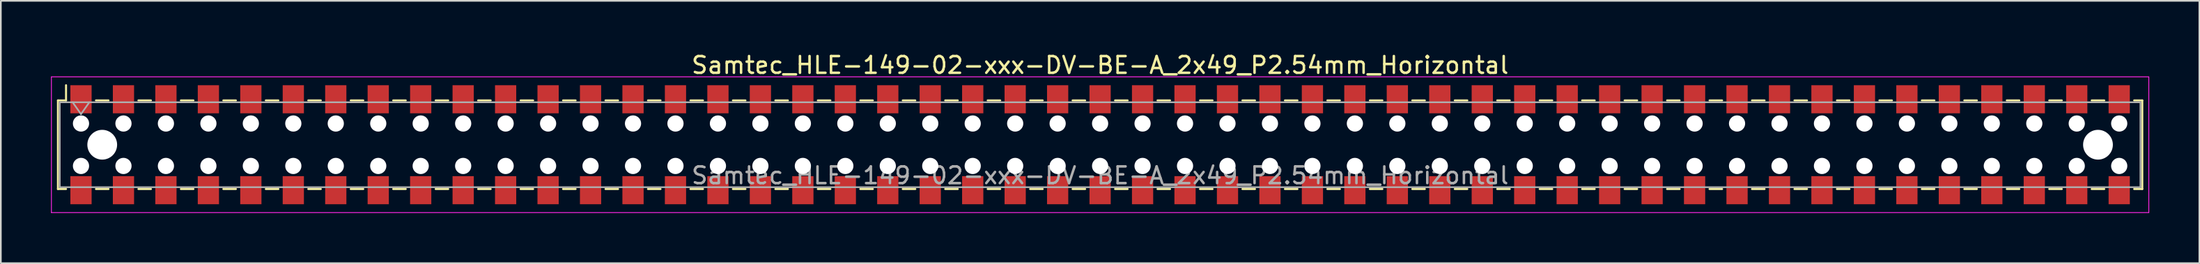
<source format=kicad_pcb>
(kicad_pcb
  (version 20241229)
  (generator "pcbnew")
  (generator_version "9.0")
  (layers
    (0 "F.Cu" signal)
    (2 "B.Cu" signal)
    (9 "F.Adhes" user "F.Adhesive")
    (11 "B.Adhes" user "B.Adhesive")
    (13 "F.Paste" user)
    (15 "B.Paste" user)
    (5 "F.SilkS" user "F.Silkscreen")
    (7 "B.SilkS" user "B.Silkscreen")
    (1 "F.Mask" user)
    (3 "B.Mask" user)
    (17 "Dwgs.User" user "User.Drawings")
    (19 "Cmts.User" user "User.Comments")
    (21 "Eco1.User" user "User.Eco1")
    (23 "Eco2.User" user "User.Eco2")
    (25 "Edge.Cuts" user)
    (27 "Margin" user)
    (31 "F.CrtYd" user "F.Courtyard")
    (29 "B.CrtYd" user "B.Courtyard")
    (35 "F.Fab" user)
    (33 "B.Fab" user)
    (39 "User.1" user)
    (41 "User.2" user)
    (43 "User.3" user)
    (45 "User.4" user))
  (footprint "Samtec_HLE-149-02-xxx-DV-BE-A_2x49_P2.54mm_Horizontal"
    (layer "F.Cu")
    (at 62.755 5.608)
    (property "Reference" "Samtec_HLE-149-02-xxx-DV-BE-A_2x49_P2.54mm_Horizontal" (at 0 -4.76 0) (layer "F.SilkS") (effects (font (size 1 1) (thickness 0.15))))
    (attr smd)
    (fp_line (start -62.34 -2.65) (end -62.34 2.65) (stroke (width 0.12) (type solid)) (layer "F.SilkS"))
    (fp_line (start -62.34 2.65) (end -61.855 2.65) (stroke (width 0.12) (type solid)) (layer "F.SilkS"))
    (fp_line (start -61.855 -3.56) (end -61.855 -2.65) (stroke (width 0.12) (type solid)) (layer "F.SilkS"))
    (fp_line (start -61.855 -2.65) (end -62.34 -2.65) (stroke (width 0.12) (type solid)) (layer "F.SilkS"))
    (fp_line (start -60.065 -2.65) (end -59.315 -2.65) (stroke (width 0.12) (type solid)) (layer "F.SilkS"))
    (fp_line (start -60.065 2.65) (end -59.315 2.65) (stroke (width 0.12) (type solid)) (layer "F.SilkS"))
    (fp_line (start -57.525 -2.65) (end -56.775 -2.65) (stroke (width 0.12) (type solid)) (layer "F.SilkS"))
    (fp_line (start -57.525 2.65) (end -56.775 2.65) (stroke (width 0.12) (type solid)) (layer "F.SilkS"))
    (fp_line (start -54.985 -2.65) (end -54.235 -2.65) (stroke (width 0.12) (type solid)) (layer "F.SilkS"))
    (fp_line (start -54.985 2.65) (end -54.235 2.65) (stroke (width 0.12) (type solid)) (layer "F.SilkS"))
    (fp_line (start -52.445 -2.65) (end -51.695 -2.65) (stroke (width 0.12) (type solid)) (layer "F.SilkS"))
    (fp_line (start -52.445 2.65) (end -51.695 2.65) (stroke (width 0.12) (type solid)) (layer "F.SilkS"))
    (fp_line (start -49.905 -2.65) (end -49.155 -2.65) (stroke (width 0.12) (type solid)) (layer "F.SilkS"))
    (fp_line (start -49.905 2.65) (end -49.155 2.65) (stroke (width 0.12) (type solid)) (layer "F.SilkS"))
    (fp_line (start -47.365 -2.65) (end -46.615 -2.65) (stroke (width 0.12) (type solid)) (layer "F.SilkS"))
    (fp_line (start -47.365 2.65) (end -46.615 2.65) (stroke (width 0.12) (type solid)) (layer "F.SilkS"))
    (fp_line (start -44.825 -2.65) (end -44.075 -2.65) (stroke (width 0.12) (type solid)) (layer "F.SilkS"))
    (fp_line (start -44.825 2.65) (end -44.075 2.65) (stroke (width 0.12) (type solid)) (layer "F.SilkS"))
    (fp_line (start -42.285 -2.65) (end -41.535 -2.65) (stroke (width 0.12) (type solid)) (layer "F.SilkS"))
    (fp_line (start -42.285 2.65) (end -41.535 2.65) (stroke (width 0.12) (type solid)) (layer "F.SilkS"))
    (fp_line (start -39.745 -2.65) (end -38.995 -2.65) (stroke (width 0.12) (type solid)) (layer "F.SilkS"))
    (fp_line (start -39.745 2.65) (end -38.995 2.65) (stroke (width 0.12) (type solid)) (layer "F.SilkS"))
    (fp_line (start -37.205 -2.65) (end -36.455 -2.65) (stroke (width 0.12) (type solid)) (layer "F.SilkS"))
    (fp_line (start -37.205 2.65) (end -36.455 2.65) (stroke (width 0.12) (type solid)) (layer "F.SilkS"))
    (fp_line (start -34.665 -2.65) (end -33.915 -2.65) (stroke (width 0.12) (type solid)) (layer "F.SilkS"))
    (fp_line (start -34.665 2.65) (end -33.915 2.65) (stroke (width 0.12) (type solid)) (layer "F.SilkS"))
    (fp_line (start -32.125 -2.65) (end -31.375 -2.65) (stroke (width 0.12) (type solid)) (layer "F.SilkS"))
    (fp_line (start -32.125 2.65) (end -31.375 2.65) (stroke (width 0.12) (type solid)) (layer "F.SilkS"))
    (fp_line (start -29.585 -2.65) (end -28.835 -2.65) (stroke (width 0.12) (type solid)) (layer "F.SilkS"))
    (fp_line (start -29.585 2.65) (end -28.835 2.65) (stroke (width 0.12) (type solid)) (layer "F.SilkS"))
    (fp_line (start -27.045 -2.65) (end -26.295 -2.65) (stroke (width 0.12) (type solid)) (layer "F.SilkS"))
    (fp_line (start -27.045 2.65) (end -26.295 2.65) (stroke (width 0.12) (type solid)) (layer "F.SilkS"))
    (fp_line (start -24.505 -2.65) (end -23.755 -2.65) (stroke (width 0.12) (type solid)) (layer "F.SilkS"))
    (fp_line (start -24.505 2.65) (end -23.755 2.65) (stroke (width 0.12) (type solid)) (layer "F.SilkS"))
    (fp_line (start -21.965 -2.65) (end -21.215 -2.65) (stroke (width 0.12) (type solid)) (layer "F.SilkS"))
    (fp_line (start -21.965 2.65) (end -21.215 2.65) (stroke (width 0.12) (type solid)) (layer "F.SilkS"))
    (fp_line (start -19.425 -2.65) (end -18.675 -2.65) (stroke (width 0.12) (type solid)) (layer "F.SilkS"))
    (fp_line (start -19.425 2.65) (end -18.675 2.65) (stroke (width 0.12) (type solid)) (layer "F.SilkS"))
    (fp_line (start -16.885 -2.65) (end -16.135 -2.65) (stroke (width 0.12) (type solid)) (layer "F.SilkS"))
    (fp_line (start -16.885 2.65) (end -16.135 2.65) (stroke (width 0.12) (type solid)) (layer "F.SilkS"))
    (fp_line (start -14.345 -2.65) (end -13.595 -2.65) (stroke (width 0.12) (type solid)) (layer "F.SilkS"))
    (fp_line (start -14.345 2.65) (end -13.595 2.65) (stroke (width 0.12) (type solid)) (layer "F.SilkS"))
    (fp_line (start -11.805 -2.65) (end -11.055 -2.65) (stroke (width 0.12) (type solid)) (layer "F.SilkS"))
    (fp_line (start -11.805 2.65) (end -11.055 2.65) (stroke (width 0.12) (type solid)) (layer "F.SilkS"))
    (fp_line (start -9.265 -2.65) (end -8.515 -2.65) (stroke (width 0.12) (type solid)) (layer "F.SilkS"))
    (fp_line (start -9.265 2.65) (end -8.515 2.65) (stroke (width 0.12) (type solid)) (layer "F.SilkS"))
    (fp_line (start -6.725 -2.65) (end -5.975 -2.65) (stroke (width 0.12) (type solid)) (layer "F.SilkS"))
    (fp_line (start -6.725 2.65) (end -5.975 2.65) (stroke (width 0.12) (type solid)) (layer "F.SilkS"))
    (fp_line (start -4.185 -2.65) (end -3.435 -2.65) (stroke (width 0.12) (type solid)) (layer "F.SilkS"))
    (fp_line (start -4.185 2.65) (end -3.435 2.65) (stroke (width 0.12) (type solid)) (layer "F.SilkS"))
    (fp_line (start -1.645 -2.65) (end -0.895 -2.65) (stroke (width 0.12) (type solid)) (layer "F.SilkS"))
    (fp_line (start -1.645 2.65) (end -0.895 2.65) (stroke (width 0.12) (type solid)) (layer "F.SilkS"))
    (fp_line (start 0.895 -2.65) (end 1.645 -2.65) (stroke (width 0.12) (type solid)) (layer "F.SilkS"))
    (fp_line (start 0.895 2.65) (end 1.645 2.65) (stroke (width 0.12) (type solid)) (layer "F.SilkS"))
    (fp_line (start 3.435 -2.65) (end 4.185 -2.65) (stroke (width 0.12) (type solid)) (layer "F.SilkS"))
    (fp_line (start 3.435 2.65) (end 4.185 2.65) (stroke (width 0.12) (type solid)) (layer "F.SilkS"))
    (fp_line (start 5.975 -2.65) (end 6.725 -2.65) (stroke (width 0.12) (type solid)) (layer "F.SilkS"))
    (fp_line (start 5.975 2.65) (end 6.725 2.65) (stroke (width 0.12) (type solid)) (layer "F.SilkS"))
    (fp_line (start 8.515 -2.65) (end 9.265 -2.65) (stroke (width 0.12) (type solid)) (layer "F.SilkS"))
    (fp_line (start 8.515 2.65) (end 9.265 2.65) (stroke (width 0.12) (type solid)) (layer "F.SilkS"))
    (fp_line (start 11.055 -2.65) (end 11.805 -2.65) (stroke (width 0.12) (type solid)) (layer "F.SilkS"))
    (fp_line (start 11.055 2.65) (end 11.805 2.65) (stroke (width 0.12) (type solid)) (layer "F.SilkS"))
    (fp_line (start 13.595 -2.65) (end 14.345 -2.65) (stroke (width 0.12) (type solid)) (layer "F.SilkS"))
    (fp_line (start 13.595 2.65) (end 14.345 2.65) (stroke (width 0.12) (type solid)) (layer "F.SilkS"))
    (fp_line (start 16.135 -2.65) (end 16.885 -2.65) (stroke (width 0.12) (type solid)) (layer "F.SilkS"))
    (fp_line (start 16.135 2.65) (end 16.885 2.65) (stroke (width 0.12) (type solid)) (layer "F.SilkS"))
    (fp_line (start 18.675 -2.65) (end 19.425 -2.65) (stroke (width 0.12) (type solid)) (layer "F.SilkS"))
    (fp_line (start 18.675 2.65) (end 19.425 2.65) (stroke (width 0.12) (type solid)) (layer "F.SilkS"))
    (fp_line (start 21.215 -2.65) (end 21.965 -2.65) (stroke (width 0.12) (type solid)) (layer "F.SilkS"))
    (fp_line (start 21.215 2.65) (end 21.965 2.65) (stroke (width 0.12) (type solid)) (layer "F.SilkS"))
    (fp_line (start 23.755 -2.65) (end 24.505 -2.65) (stroke (width 0.12) (type solid)) (layer "F.SilkS"))
    (fp_line (start 23.755 2.65) (end 24.505 2.65) (stroke (width 0.12) (type solid)) (layer "F.SilkS"))
    (fp_line (start 26.295 -2.65) (end 27.045 -2.65) (stroke (width 0.12) (type solid)) (layer "F.SilkS"))
    (fp_line (start 26.295 2.65) (end 27.045 2.65) (stroke (width 0.12) (type solid)) (layer "F.SilkS"))
    (fp_line (start 28.835 -2.65) (end 29.585 -2.65) (stroke (width 0.12) (type solid)) (layer "F.SilkS"))
    (fp_line (start 28.835 2.65) (end 29.585 2.65) (stroke (width 0.12) (type solid)) (layer "F.SilkS"))
    (fp_line (start 31.375 -2.65) (end 32.125 -2.65) (stroke (width 0.12) (type solid)) (layer "F.SilkS"))
    (fp_line (start 31.375 2.65) (end 32.125 2.65) (stroke (width 0.12) (type solid)) (layer "F.SilkS"))
    (fp_line (start 33.915 -2.65) (end 34.665 -2.65) (stroke (width 0.12) (type solid)) (layer "F.SilkS"))
    (fp_line (start 33.915 2.65) (end 34.665 2.65) (stroke (width 0.12) (type solid)) (layer "F.SilkS"))
    (fp_line (start 36.455 -2.65) (end 37.205 -2.65) (stroke (width 0.12) (type solid)) (layer "F.SilkS"))
    (fp_line (start 36.455 2.65) (end 37.205 2.65) (stroke (width 0.12) (type solid)) (layer "F.SilkS"))
    (fp_line (start 38.995 -2.65) (end 39.745 -2.65) (stroke (width 0.12) (type solid)) (layer "F.SilkS"))
    (fp_line (start 38.995 2.65) (end 39.745 2.65) (stroke (width 0.12) (type solid)) (layer "F.SilkS"))
    (fp_line (start 41.535 -2.65) (end 42.285 -2.65) (stroke (width 0.12) (type solid)) (layer "F.SilkS"))
    (fp_line (start 41.535 2.65) (end 42.285 2.65) (stroke (width 0.12) (type solid)) (layer "F.SilkS"))
    (fp_line (start 44.075 -2.65) (end 44.825 -2.65) (stroke (width 0.12) (type solid)) (layer "F.SilkS"))
    (fp_line (start 44.075 2.65) (end 44.825 2.65) (stroke (width 0.12) (type solid)) (layer "F.SilkS"))
    (fp_line (start 46.615 -2.65) (end 47.365 -2.65) (stroke (width 0.12) (type solid)) (layer "F.SilkS"))
    (fp_line (start 46.615 2.65) (end 47.365 2.65) (stroke (width 0.12) (type solid)) (layer "F.SilkS"))
    (fp_line (start 49.155 -2.65) (end 49.905 -2.65) (stroke (width 0.12) (type solid)) (layer "F.SilkS"))
    (fp_line (start 49.155 2.65) (end 49.905 2.65) (stroke (width 0.12) (type solid)) (layer "F.SilkS"))
    (fp_line (start 51.695 -2.65) (end 52.445 -2.65) (stroke (width 0.12) (type solid)) (layer "F.SilkS"))
    (fp_line (start 51.695 2.65) (end 52.445 2.65) (stroke (width 0.12) (type solid)) (layer "F.SilkS"))
    (fp_line (start 54.235 -2.65) (end 54.985 -2.65) (stroke (width 0.12) (type solid)) (layer "F.SilkS"))
    (fp_line (start 54.235 2.65) (end 54.985 2.65) (stroke (width 0.12) (type solid)) (layer "F.SilkS"))
    (fp_line (start 56.775 -2.65) (end 57.525 -2.65) (stroke (width 0.12) (type solid)) (layer "F.SilkS"))
    (fp_line (start 56.775 2.65) (end 57.525 2.65) (stroke (width 0.12) (type solid)) (layer "F.SilkS"))
    (fp_line (start 59.315 -2.65) (end 60.065 -2.65) (stroke (width 0.12) (type solid)) (layer "F.SilkS"))
    (fp_line (start 59.315 2.65) (end 60.065 2.65) (stroke (width 0.12) (type solid)) (layer "F.SilkS"))
    (fp_line (start 61.855 -2.65) (end 62.34 -2.65) (stroke (width 0.12) (type solid)) (layer "F.SilkS"))
    (fp_line (start 62.34 -2.65) (end 62.34 2.65) (stroke (width 0.12) (type solid)) (layer "F.SilkS"))
    (fp_line (start 62.34 2.65) (end 61.855 2.65) (stroke (width 0.12) (type solid)) (layer "F.SilkS"))
    (fp_line (start -62.73 -4.06) (end 62.73 -4.06) (stroke (width 0.05) (type solid)) (layer "F.CrtYd"))
    (fp_line (start -62.73 4.06) (end -62.73 -4.06) (stroke (width 0.05) (type solid)) (layer "F.CrtYd"))
    (fp_line (start 62.73 -4.06) (end 62.73 4.06) (stroke (width 0.05) (type solid)) (layer "F.CrtYd"))
    (fp_line (start 62.73 4.06) (end -62.73 4.06) (stroke (width 0.05) (type solid)) (layer "F.CrtYd"))
    (fp_line (start -62.23 -2.54) (end 62.23 -2.54) (stroke (width 0.1) (type solid)) (layer "F.Fab"))
    (fp_line (start -62.23 2.54) (end -62.23 -2.54) (stroke (width 0.1) (type solid)) (layer "F.Fab"))
    (fp_line (start -61.46 -2.54) (end -60.96 -1.833) (stroke (width 0.1) (type solid)) (layer "F.Fab"))
    (fp_line (start -60.96 -1.833) (end -60.46 -2.54) (stroke (width 0.1) (type solid)) (layer "F.Fab"))
    (fp_line (start 62.23 -2.54) (end 62.23 2.54) (stroke (width 0.1) (type solid)) (layer "F.Fab"))
    (fp_line (start 62.23 2.54) (end -62.23 2.54) (stroke (width 0.1) (type solid)) (layer "F.Fab"))
    (fp_text user "${REFERENCE}" (at 0 1.84 0) (layer "F.Fab") (effects (font (size 1 1) (thickness 0.15))))
    (pad "" np_thru_hole circle (at -60.96 -1.27) (size 0.97 0.97) (drill 0.97) (layers "*.Cu" "*.Mask"))
    (pad "" np_thru_hole circle (at -60.96 1.27) (size 0.97 0.97) (drill 0.97) (layers "*.Cu" "*.Mask"))
    (pad "" np_thru_hole circle (at -59.69 0) (size 1.78 1.78) (drill 1.78) (layers "*.Cu" "*.Mask"))
    (pad "" np_thru_hole circle (at -58.42 -1.27) (size 0.97 0.97) (drill 0.97) (layers "*.Cu" "*.Mask"))
    (pad "" np_thru_hole circle (at -58.42 1.27) (size 0.97 0.97) (drill 0.97) (layers "*.Cu" "*.Mask"))
    (pad "" np_thru_hole circle (at -55.88 -1.27) (size 0.97 0.97) (drill 0.97) (layers "*.Cu" "*.Mask"))
    (pad "" np_thru_hole circle (at -55.88 1.27) (size 0.97 0.97) (drill 0.97) (layers "*.Cu" "*.Mask"))
    (pad "" np_thru_hole circle (at -53.34 -1.27) (size 0.97 0.97) (drill 0.97) (layers "*.Cu" "*.Mask"))
    (pad "" np_thru_hole circle (at -53.34 1.27) (size 0.97 0.97) (drill 0.97) (layers "*.Cu" "*.Mask"))
    (pad "" np_thru_hole circle (at -50.8 -1.27) (size 0.97 0.97) (drill 0.97) (layers "*.Cu" "*.Mask"))
    (pad "" np_thru_hole circle (at -50.8 1.27) (size 0.97 0.97) (drill 0.97) (layers "*.Cu" "*.Mask"))
    (pad "" np_thru_hole circle (at -48.26 -1.27) (size 0.97 0.97) (drill 0.97) (layers "*.Cu" "*.Mask"))
    (pad "" np_thru_hole circle (at -48.26 1.27) (size 0.97 0.97) (drill 0.97) (layers "*.Cu" "*.Mask"))
    (pad "" np_thru_hole circle (at -45.72 -1.27) (size 0.97 0.97) (drill 0.97) (layers "*.Cu" "*.Mask"))
    (pad "" np_thru_hole circle (at -45.72 1.27) (size 0.97 0.97) (drill 0.97) (layers "*.Cu" "*.Mask"))
    (pad "" np_thru_hole circle (at -43.18 -1.27) (size 0.97 0.97) (drill 0.97) (layers "*.Cu" "*.Mask"))
    (pad "" np_thru_hole circle (at -43.18 1.27) (size 0.97 0.97) (drill 0.97) (layers "*.Cu" "*.Mask"))
    (pad "" np_thru_hole circle (at -40.64 -1.27) (size 0.97 0.97) (drill 0.97) (layers "*.Cu" "*.Mask"))
    (pad "" np_thru_hole circle (at -40.64 1.27) (size 0.97 0.97) (drill 0.97) (layers "*.Cu" "*.Mask"))
    (pad "" np_thru_hole circle (at -38.1 -1.27) (size 0.97 0.97) (drill 0.97) (layers "*.Cu" "*.Mask"))
    (pad "" np_thru_hole circle (at -38.1 1.27) (size 0.97 0.97) (drill 0.97) (layers "*.Cu" "*.Mask"))
    (pad "" np_thru_hole circle (at -35.56 -1.27) (size 0.97 0.97) (drill 0.97) (layers "*.Cu" "*.Mask"))
    (pad "" np_thru_hole circle (at -35.56 1.27) (size 0.97 0.97) (drill 0.97) (layers "*.Cu" "*.Mask"))
    (pad "" np_thru_hole circle (at -33.02 -1.27) (size 0.97 0.97) (drill 0.97) (layers "*.Cu" "*.Mask"))
    (pad "" np_thru_hole circle (at -33.02 1.27) (size 0.97 0.97) (drill 0.97) (layers "*.Cu" "*.Mask"))
    (pad "" np_thru_hole circle (at -30.48 -1.27) (size 0.97 0.97) (drill 0.97) (layers "*.Cu" "*.Mask"))
    (pad "" np_thru_hole circle (at -30.48 1.27) (size 0.97 0.97) (drill 0.97) (layers "*.Cu" "*.Mask"))
    (pad "" np_thru_hole circle (at -27.94 -1.27) (size 0.97 0.97) (drill 0.97) (layers "*.Cu" "*.Mask"))
    (pad "" np_thru_hole circle (at -27.94 1.27) (size 0.97 0.97) (drill 0.97) (layers "*.Cu" "*.Mask"))
    (pad "" np_thru_hole circle (at -25.4 -1.27) (size 0.97 0.97) (drill 0.97) (layers "*.Cu" "*.Mask"))
    (pad "" np_thru_hole circle (at -25.4 1.27) (size 0.97 0.97) (drill 0.97) (layers "*.Cu" "*.Mask"))
    (pad "" np_thru_hole circle (at -22.86 -1.27) (size 0.97 0.97) (drill 0.97) (layers "*.Cu" "*.Mask"))
    (pad "" np_thru_hole circle (at -22.86 1.27) (size 0.97 0.97) (drill 0.97) (layers "*.Cu" "*.Mask"))
    (pad "" np_thru_hole circle (at -20.32 -1.27) (size 0.97 0.97) (drill 0.97) (layers "*.Cu" "*.Mask"))
    (pad "" np_thru_hole circle (at -20.32 1.27) (size 0.97 0.97) (drill 0.97) (layers "*.Cu" "*.Mask"))
    (pad "" np_thru_hole circle (at -17.78 -1.27) (size 0.97 0.97) (drill 0.97) (layers "*.Cu" "*.Mask"))
    (pad "" np_thru_hole circle (at -17.78 1.27) (size 0.97 0.97) (drill 0.97) (layers "*.Cu" "*.Mask"))
    (pad "" np_thru_hole circle (at -15.24 -1.27) (size 0.97 0.97) (drill 0.97) (layers "*.Cu" "*.Mask"))
    (pad "" np_thru_hole circle (at -15.24 1.27) (size 0.97 0.97) (drill 0.97) (layers "*.Cu" "*.Mask"))
    (pad "" np_thru_hole circle (at -12.7 -1.27) (size 0.97 0.97) (drill 0.97) (layers "*.Cu" "*.Mask"))
    (pad "" np_thru_hole circle (at -12.7 1.27) (size 0.97 0.97) (drill 0.97) (layers "*.Cu" "*.Mask"))
    (pad "" np_thru_hole circle (at -10.16 -1.27) (size 0.97 0.97) (drill 0.97) (layers "*.Cu" "*.Mask"))
    (pad "" np_thru_hole circle (at -10.16 1.27) (size 0.97 0.97) (drill 0.97) (layers "*.Cu" "*.Mask"))
    (pad "" np_thru_hole circle (at -7.62 -1.27) (size 0.97 0.97) (drill 0.97) (layers "*.Cu" "*.Mask"))
    (pad "" np_thru_hole circle (at -7.62 1.27) (size 0.97 0.97) (drill 0.97) (layers "*.Cu" "*.Mask"))
    (pad "" np_thru_hole circle (at -5.08 -1.27) (size 0.97 0.97) (drill 0.97) (layers "*.Cu" "*.Mask"))
    (pad "" np_thru_hole circle (at -5.08 1.27) (size 0.97 0.97) (drill 0.97) (layers "*.Cu" "*.Mask"))
    (pad "" np_thru_hole circle (at -2.54 -1.27) (size 0.97 0.97) (drill 0.97) (layers "*.Cu" "*.Mask"))
    (pad "" np_thru_hole circle (at -2.54 1.27) (size 0.97 0.97) (drill 0.97) (layers "*.Cu" "*.Mask"))
    (pad "" np_thru_hole circle (at 0 -1.27) (size 0.97 0.97) (drill 0.97) (layers "*.Cu" "*.Mask"))
    (pad "" np_thru_hole circle (at 0 1.27) (size 0.97 0.97) (drill 0.97) (layers "*.Cu" "*.Mask"))
    (pad "" np_thru_hole circle (at 2.54 -1.27) (size 0.97 0.97) (drill 0.97) (layers "*.Cu" "*.Mask"))
    (pad "" np_thru_hole circle (at 2.54 1.27) (size 0.97 0.97) (drill 0.97) (layers "*.Cu" "*.Mask"))
    (pad "" np_thru_hole circle (at 5.08 -1.27) (size 0.97 0.97) (drill 0.97) (layers "*.Cu" "*.Mask"))
    (pad "" np_thru_hole circle (at 5.08 1.27) (size 0.97 0.97) (drill 0.97) (layers "*.Cu" "*.Mask"))
    (pad "" np_thru_hole circle (at 7.62 -1.27) (size 0.97 0.97) (drill 0.97) (layers "*.Cu" "*.Mask"))
    (pad "" np_thru_hole circle (at 7.62 1.27) (size 0.97 0.97) (drill 0.97) (layers "*.Cu" "*.Mask"))
    (pad "" np_thru_hole circle (at 10.16 -1.27) (size 0.97 0.97) (drill 0.97) (layers "*.Cu" "*.Mask"))
    (pad "" np_thru_hole circle (at 10.16 1.27) (size 0.97 0.97) (drill 0.97) (layers "*.Cu" "*.Mask"))
    (pad "" np_thru_hole circle (at 12.7 -1.27) (size 0.97 0.97) (drill 0.97) (layers "*.Cu" "*.Mask"))
    (pad "" np_thru_hole circle (at 12.7 1.27) (size 0.97 0.97) (drill 0.97) (layers "*.Cu" "*.Mask"))
    (pad "" np_thru_hole circle (at 15.24 -1.27) (size 0.97 0.97) (drill 0.97) (layers "*.Cu" "*.Mask"))
    (pad "" np_thru_hole circle (at 15.24 1.27) (size 0.97 0.97) (drill 0.97) (layers "*.Cu" "*.Mask"))
    (pad "" np_thru_hole circle (at 17.78 -1.27) (size 0.97 0.97) (drill 0.97) (layers "*.Cu" "*.Mask"))
    (pad "" np_thru_hole circle (at 17.78 1.27) (size 0.97 0.97) (drill 0.97) (layers "*.Cu" "*.Mask"))
    (pad "" np_thru_hole circle (at 20.32 -1.27) (size 0.97 0.97) (drill 0.97) (layers "*.Cu" "*.Mask"))
    (pad "" np_thru_hole circle (at 20.32 1.27) (size 0.97 0.97) (drill 0.97) (layers "*.Cu" "*.Mask"))
    (pad "" np_thru_hole circle (at 22.86 -1.27) (size 0.97 0.97) (drill 0.97) (layers "*.Cu" "*.Mask"))
    (pad "" np_thru_hole circle (at 22.86 1.27) (size 0.97 0.97) (drill 0.97) (layers "*.Cu" "*.Mask"))
    (pad "" np_thru_hole circle (at 25.4 -1.27) (size 0.97 0.97) (drill 0.97) (layers "*.Cu" "*.Mask"))
    (pad "" np_thru_hole circle (at 25.4 1.27) (size 0.97 0.97) (drill 0.97) (layers "*.Cu" "*.Mask"))
    (pad "" np_thru_hole circle (at 27.94 -1.27) (size 0.97 0.97) (drill 0.97) (layers "*.Cu" "*.Mask"))
    (pad "" np_thru_hole circle (at 27.94 1.27) (size 0.97 0.97) (drill 0.97) (layers "*.Cu" "*.Mask"))
    (pad "" np_thru_hole circle (at 30.48 -1.27) (size 0.97 0.97) (drill 0.97) (layers "*.Cu" "*.Mask"))
    (pad "" np_thru_hole circle (at 30.48 1.27) (size 0.97 0.97) (drill 0.97) (layers "*.Cu" "*.Mask"))
    (pad "" np_thru_hole circle (at 33.02 -1.27) (size 0.97 0.97) (drill 0.97) (layers "*.Cu" "*.Mask"))
    (pad "" np_thru_hole circle (at 33.02 1.27) (size 0.97 0.97) (drill 0.97) (layers "*.Cu" "*.Mask"))
    (pad "" np_thru_hole circle (at 35.56 -1.27) (size 0.97 0.97) (drill 0.97) (layers "*.Cu" "*.Mask"))
    (pad "" np_thru_hole circle (at 35.56 1.27) (size 0.97 0.97) (drill 0.97) (layers "*.Cu" "*.Mask"))
    (pad "" np_thru_hole circle (at 38.1 -1.27) (size 0.97 0.97) (drill 0.97) (layers "*.Cu" "*.Mask"))
    (pad "" np_thru_hole circle (at 38.1 1.27) (size 0.97 0.97) (drill 0.97) (layers "*.Cu" "*.Mask"))
    (pad "" np_thru_hole circle (at 40.64 -1.27) (size 0.97 0.97) (drill 0.97) (layers "*.Cu" "*.Mask"))
    (pad "" np_thru_hole circle (at 40.64 1.27) (size 0.97 0.97) (drill 0.97) (layers "*.Cu" "*.Mask"))
    (pad "" np_thru_hole circle (at 43.18 -1.27) (size 0.97 0.97) (drill 0.97) (layers "*.Cu" "*.Mask"))
    (pad "" np_thru_hole circle (at 43.18 1.27) (size 0.97 0.97) (drill 0.97) (layers "*.Cu" "*.Mask"))
    (pad "" np_thru_hole circle (at 45.72 -1.27) (size 0.97 0.97) (drill 0.97) (layers "*.Cu" "*.Mask"))
    (pad "" np_thru_hole circle (at 45.72 1.27) (size 0.97 0.97) (drill 0.97) (layers "*.Cu" "*.Mask"))
    (pad "" np_thru_hole circle (at 48.26 -1.27) (size 0.97 0.97) (drill 0.97) (layers "*.Cu" "*.Mask"))
    (pad "" np_thru_hole circle (at 48.26 1.27) (size 0.97 0.97) (drill 0.97) (layers "*.Cu" "*.Mask"))
    (pad "" np_thru_hole circle (at 50.8 -1.27) (size 0.97 0.97) (drill 0.97) (layers "*.Cu" "*.Mask"))
    (pad "" np_thru_hole circle (at 50.8 1.27) (size 0.97 0.97) (drill 0.97) (layers "*.Cu" "*.Mask"))
    (pad "" np_thru_hole circle (at 53.34 -1.27) (size 0.97 0.97) (drill 0.97) (layers "*.Cu" "*.Mask"))
    (pad "" np_thru_hole circle (at 53.34 1.27) (size 0.97 0.97) (drill 0.97) (layers "*.Cu" "*.Mask"))
    (pad "" np_thru_hole circle (at 55.88 -1.27) (size 0.97 0.97) (drill 0.97) (layers "*.Cu" "*.Mask"))
    (pad "" np_thru_hole circle (at 55.88 1.27) (size 0.97 0.97) (drill 0.97) (layers "*.Cu" "*.Mask"))
    (pad "" np_thru_hole circle (at 58.42 -1.27) (size 0.97 0.97) (drill 0.97) (layers "*.Cu" "*.Mask"))
    (pad "" np_thru_hole circle (at 58.42 1.27) (size 0.97 0.97) (drill 0.97) (layers "*.Cu" "*.Mask"))
    (pad "" np_thru_hole circle (at 59.69 0) (size 1.78 1.78) (drill 1.78) (layers "*.Cu" "*.Mask"))
    (pad "" np_thru_hole circle (at 60.96 -1.27) (size 0.97 0.97) (drill 0.97) (layers "*.Cu" "*.Mask"))
    (pad "" np_thru_hole circle (at 60.96 1.27) (size 0.97 0.97) (drill 0.97) (layers "*.Cu" "*.Mask"))
    (pad "1" smd rect (at -60.96 -2.72) (size 1.27 1.68) (layers "F.Cu" "F.Mask" "F.Paste"))
    (pad "2" smd rect (at -60.96 2.72) (size 1.27 1.68) (layers "F.Cu" "F.Mask" "F.Paste"))
    (pad "3" smd rect (at -58.42 -2.72) (size 1.27 1.68) (layers "F.Cu" "F.Mask" "F.Paste"))
    (pad "4" smd rect (at -58.42 2.72) (size 1.27 1.68) (layers "F.Cu" "F.Mask" "F.Paste"))
    (pad "5" smd rect (at -55.88 -2.72) (size 1.27 1.68) (layers "F.Cu" "F.Mask" "F.Paste"))
    (pad "6" smd rect (at -55.88 2.72) (size 1.27 1.68) (layers "F.Cu" "F.Mask" "F.Paste"))
    (pad "7" smd rect (at -53.34 -2.72) (size 1.27 1.68) (layers "F.Cu" "F.Mask" "F.Paste"))
    (pad "8" smd rect (at -53.34 2.72) (size 1.27 1.68) (layers "F.Cu" "F.Mask" "F.Paste"))
    (pad "9" smd rect (at -50.8 -2.72) (size 1.27 1.68) (layers "F.Cu" "F.Mask" "F.Paste"))
    (pad "10" smd rect (at -50.8 2.72) (size 1.27 1.68) (layers "F.Cu" "F.Mask" "F.Paste"))
    (pad "11" smd rect (at -48.26 -2.72) (size 1.27 1.68) (layers "F.Cu" "F.Mask" "F.Paste"))
    (pad "12" smd rect (at -48.26 2.72) (size 1.27 1.68) (layers "F.Cu" "F.Mask" "F.Paste"))
    (pad "13" smd rect (at -45.72 -2.72) (size 1.27 1.68) (layers "F.Cu" "F.Mask" "F.Paste"))
    (pad "14" smd rect (at -45.72 2.72) (size 1.27 1.68) (layers "F.Cu" "F.Mask" "F.Paste"))
    (pad "15" smd rect (at -43.18 -2.72) (size 1.27 1.68) (layers "F.Cu" "F.Mask" "F.Paste"))
    (pad "16" smd rect (at -43.18 2.72) (size 1.27 1.68) (layers "F.Cu" "F.Mask" "F.Paste"))
    (pad "17" smd rect (at -40.64 -2.72) (size 1.27 1.68) (layers "F.Cu" "F.Mask" "F.Paste"))
    (pad "18" smd rect (at -40.64 2.72) (size 1.27 1.68) (layers "F.Cu" "F.Mask" "F.Paste"))
    (pad "19" smd rect (at -38.1 -2.72) (size 1.27 1.68) (layers "F.Cu" "F.Mask" "F.Paste"))
    (pad "20" smd rect (at -38.1 2.72) (size 1.27 1.68) (layers "F.Cu" "F.Mask" "F.Paste"))
    (pad "21" smd rect (at -35.56 -2.72) (size 1.27 1.68) (layers "F.Cu" "F.Mask" "F.Paste"))
    (pad "22" smd rect (at -35.56 2.72) (size 1.27 1.68) (layers "F.Cu" "F.Mask" "F.Paste"))
    (pad "23" smd rect (at -33.02 -2.72) (size 1.27 1.68) (layers "F.Cu" "F.Mask" "F.Paste"))
    (pad "24" smd rect (at -33.02 2.72) (size 1.27 1.68) (layers "F.Cu" "F.Mask" "F.Paste"))
    (pad "25" smd rect (at -30.48 -2.72) (size 1.27 1.68) (layers "F.Cu" "F.Mask" "F.Paste"))
    (pad "26" smd rect (at -30.48 2.72) (size 1.27 1.68) (layers "F.Cu" "F.Mask" "F.Paste"))
    (pad "27" smd rect (at -27.94 -2.72) (size 1.27 1.68) (layers "F.Cu" "F.Mask" "F.Paste"))
    (pad "28" smd rect (at -27.94 2.72) (size 1.27 1.68) (layers "F.Cu" "F.Mask" "F.Paste"))
    (pad "29" smd rect (at -25.4 -2.72) (size 1.27 1.68) (layers "F.Cu" "F.Mask" "F.Paste"))
    (pad "30" smd rect (at -25.4 2.72) (size 1.27 1.68) (layers "F.Cu" "F.Mask" "F.Paste"))
    (pad "31" smd rect (at -22.86 -2.72) (size 1.27 1.68) (layers "F.Cu" "F.Mask" "F.Paste"))
    (pad "32" smd rect (at -22.86 2.72) (size 1.27 1.68) (layers "F.Cu" "F.Mask" "F.Paste"))
    (pad "33" smd rect (at -20.32 -2.72) (size 1.27 1.68) (layers "F.Cu" "F.Mask" "F.Paste"))
    (pad "34" smd rect (at -20.32 2.72) (size 1.27 1.68) (layers "F.Cu" "F.Mask" "F.Paste"))
    (pad "35" smd rect (at -17.78 -2.72) (size 1.27 1.68) (layers "F.Cu" "F.Mask" "F.Paste"))
    (pad "36" smd rect (at -17.78 2.72) (size 1.27 1.68) (layers "F.Cu" "F.Mask" "F.Paste"))
    (pad "37" smd rect (at -15.24 -2.72) (size 1.27 1.68) (layers "F.Cu" "F.Mask" "F.Paste"))
    (pad "38" smd rect (at -15.24 2.72) (size 1.27 1.68) (layers "F.Cu" "F.Mask" "F.Paste"))
    (pad "39" smd rect (at -12.7 -2.72) (size 1.27 1.68) (layers "F.Cu" "F.Mask" "F.Paste"))
    (pad "40" smd rect (at -12.7 2.72) (size 1.27 1.68) (layers "F.Cu" "F.Mask" "F.Paste"))
    (pad "41" smd rect (at -10.16 -2.72) (size 1.27 1.68) (layers "F.Cu" "F.Mask" "F.Paste"))
    (pad "42" smd rect (at -10.16 2.72) (size 1.27 1.68) (layers "F.Cu" "F.Mask" "F.Paste"))
    (pad "43" smd rect (at -7.62 -2.72) (size 1.27 1.68) (layers "F.Cu" "F.Mask" "F.Paste"))
    (pad "44" smd rect (at -7.62 2.72) (size 1.27 1.68) (layers "F.Cu" "F.Mask" "F.Paste"))
    (pad "45" smd rect (at -5.08 -2.72) (size 1.27 1.68) (layers "F.Cu" "F.Mask" "F.Paste"))
    (pad "46" smd rect (at -5.08 2.72) (size 1.27 1.68) (layers "F.Cu" "F.Mask" "F.Paste"))
    (pad "47" smd rect (at -2.54 -2.72) (size 1.27 1.68) (layers "F.Cu" "F.Mask" "F.Paste"))
    (pad "48" smd rect (at -2.54 2.72) (size 1.27 1.68) (layers "F.Cu" "F.Mask" "F.Paste"))
    (pad "49" smd rect (at 0 -2.72) (size 1.27 1.68) (layers "F.Cu" "F.Mask" "F.Paste"))
    (pad "50" smd rect (at 0 2.72) (size 1.27 1.68) (layers "F.Cu" "F.Mask" "F.Paste"))
    (pad "51" smd rect (at 2.54 -2.72) (size 1.27 1.68) (layers "F.Cu" "F.Mask" "F.Paste"))
    (pad "52" smd rect (at 2.54 2.72) (size 1.27 1.68) (layers "F.Cu" "F.Mask" "F.Paste"))
    (pad "53" smd rect (at 5.08 -2.72) (size 1.27 1.68) (layers "F.Cu" "F.Mask" "F.Paste"))
    (pad "54" smd rect (at 5.08 2.72) (size 1.27 1.68) (layers "F.Cu" "F.Mask" "F.Paste"))
    (pad "55" smd rect (at 7.62 -2.72) (size 1.27 1.68) (layers "F.Cu" "F.Mask" "F.Paste"))
    (pad "56" smd rect (at 7.62 2.72) (size 1.27 1.68) (layers "F.Cu" "F.Mask" "F.Paste"))
    (pad "57" smd rect (at 10.16 -2.72) (size 1.27 1.68) (layers "F.Cu" "F.Mask" "F.Paste"))
    (pad "58" smd rect (at 10.16 2.72) (size 1.27 1.68) (layers "F.Cu" "F.Mask" "F.Paste"))
    (pad "59" smd rect (at 12.7 -2.72) (size 1.27 1.68) (layers "F.Cu" "F.Mask" "F.Paste"))
    (pad "60" smd rect (at 12.7 2.72) (size 1.27 1.68) (layers "F.Cu" "F.Mask" "F.Paste"))
    (pad "61" smd rect (at 15.24 -2.72) (size 1.27 1.68) (layers "F.Cu" "F.Mask" "F.Paste"))
    (pad "62" smd rect (at 15.24 2.72) (size 1.27 1.68) (layers "F.Cu" "F.Mask" "F.Paste"))
    (pad "63" smd rect (at 17.78 -2.72) (size 1.27 1.68) (layers "F.Cu" "F.Mask" "F.Paste"))
    (pad "64" smd rect (at 17.78 2.72) (size 1.27 1.68) (layers "F.Cu" "F.Mask" "F.Paste"))
    (pad "65" smd rect (at 20.32 -2.72) (size 1.27 1.68) (layers "F.Cu" "F.Mask" "F.Paste"))
    (pad "66" smd rect (at 20.32 2.72) (size 1.27 1.68) (layers "F.Cu" "F.Mask" "F.Paste"))
    (pad "67" smd rect (at 22.86 -2.72) (size 1.27 1.68) (layers "F.Cu" "F.Mask" "F.Paste"))
    (pad "68" smd rect (at 22.86 2.72) (size 1.27 1.68) (layers "F.Cu" "F.Mask" "F.Paste"))
    (pad "69" smd rect (at 25.4 -2.72) (size 1.27 1.68) (layers "F.Cu" "F.Mask" "F.Paste"))
    (pad "70" smd rect (at 25.4 2.72) (size 1.27 1.68) (layers "F.Cu" "F.Mask" "F.Paste"))
    (pad "71" smd rect (at 27.94 -2.72) (size 1.27 1.68) (layers "F.Cu" "F.Mask" "F.Paste"))
    (pad "72" smd rect (at 27.94 2.72) (size 1.27 1.68) (layers "F.Cu" "F.Mask" "F.Paste"))
    (pad "73" smd rect (at 30.48 -2.72) (size 1.27 1.68) (layers "F.Cu" "F.Mask" "F.Paste"))
    (pad "74" smd rect (at 30.48 2.72) (size 1.27 1.68) (layers "F.Cu" "F.Mask" "F.Paste"))
    (pad "75" smd rect (at 33.02 -2.72) (size 1.27 1.68) (layers "F.Cu" "F.Mask" "F.Paste"))
    (pad "76" smd rect (at 33.02 2.72) (size 1.27 1.68) (layers "F.Cu" "F.Mask" "F.Paste"))
    (pad "77" smd rect (at 35.56 -2.72) (size 1.27 1.68) (layers "F.Cu" "F.Mask" "F.Paste"))
    (pad "78" smd rect (at 35.56 2.72) (size 1.27 1.68) (layers "F.Cu" "F.Mask" "F.Paste"))
    (pad "79" smd rect (at 38.1 -2.72) (size 1.27 1.68) (layers "F.Cu" "F.Mask" "F.Paste"))
    (pad "80" smd rect (at 38.1 2.72) (size 1.27 1.68) (layers "F.Cu" "F.Mask" "F.Paste"))
    (pad "81" smd rect (at 40.64 -2.72) (size 1.27 1.68) (layers "F.Cu" "F.Mask" "F.Paste"))
    (pad "82" smd rect (at 40.64 2.72) (size 1.27 1.68) (layers "F.Cu" "F.Mask" "F.Paste"))
    (pad "83" smd rect (at 43.18 -2.72) (size 1.27 1.68) (layers "F.Cu" "F.Mask" "F.Paste"))
    (pad "84" smd rect (at 43.18 2.72) (size 1.27 1.68) (layers "F.Cu" "F.Mask" "F.Paste"))
    (pad "85" smd rect (at 45.72 -2.72) (size 1.27 1.68) (layers "F.Cu" "F.Mask" "F.Paste"))
    (pad "86" smd rect (at 45.72 2.72) (size 1.27 1.68) (layers "F.Cu" "F.Mask" "F.Paste"))
    (pad "87" smd rect (at 48.26 -2.72) (size 1.27 1.68) (layers "F.Cu" "F.Mask" "F.Paste"))
    (pad "88" smd rect (at 48.26 2.72) (size 1.27 1.68) (layers "F.Cu" "F.Mask" "F.Paste"))
    (pad "89" smd rect (at 50.8 -2.72) (size 1.27 1.68) (layers "F.Cu" "F.Mask" "F.Paste"))
    (pad "90" smd rect (at 50.8 2.72) (size 1.27 1.68) (layers "F.Cu" "F.Mask" "F.Paste"))
    (pad "91" smd rect (at 53.34 -2.72) (size 1.27 1.68) (layers "F.Cu" "F.Mask" "F.Paste"))
    (pad "92" smd rect (at 53.34 2.72) (size 1.27 1.68) (layers "F.Cu" "F.Mask" "F.Paste"))
    (pad "93" smd rect (at 55.88 -2.72) (size 1.27 1.68) (layers "F.Cu" "F.Mask" "F.Paste"))
    (pad "94" smd rect (at 55.88 2.72) (size 1.27 1.68) (layers "F.Cu" "F.Mask" "F.Paste"))
    (pad "95" smd rect (at 58.42 -2.72) (size 1.27 1.68) (layers "F.Cu" "F.Mask" "F.Paste"))
    (pad "96" smd rect (at 58.42 2.72) (size 1.27 1.68) (layers "F.Cu" "F.Mask" "F.Paste"))
    (pad "97" smd rect (at 60.96 -2.72) (size 1.27 1.68) (layers "F.Cu" "F.Mask" "F.Paste"))
    (pad "98" smd rect (at 60.96 2.72) (size 1.27 1.68) (layers "F.Cu" "F.Mask" "F.Paste")))
  (gr_rect
    (start -3 -3)
    (end 128.51 12.693)
    (stroke (width 0.1) (type default))
    (fill no)
    (layer "Edge.Cuts")))
</source>
